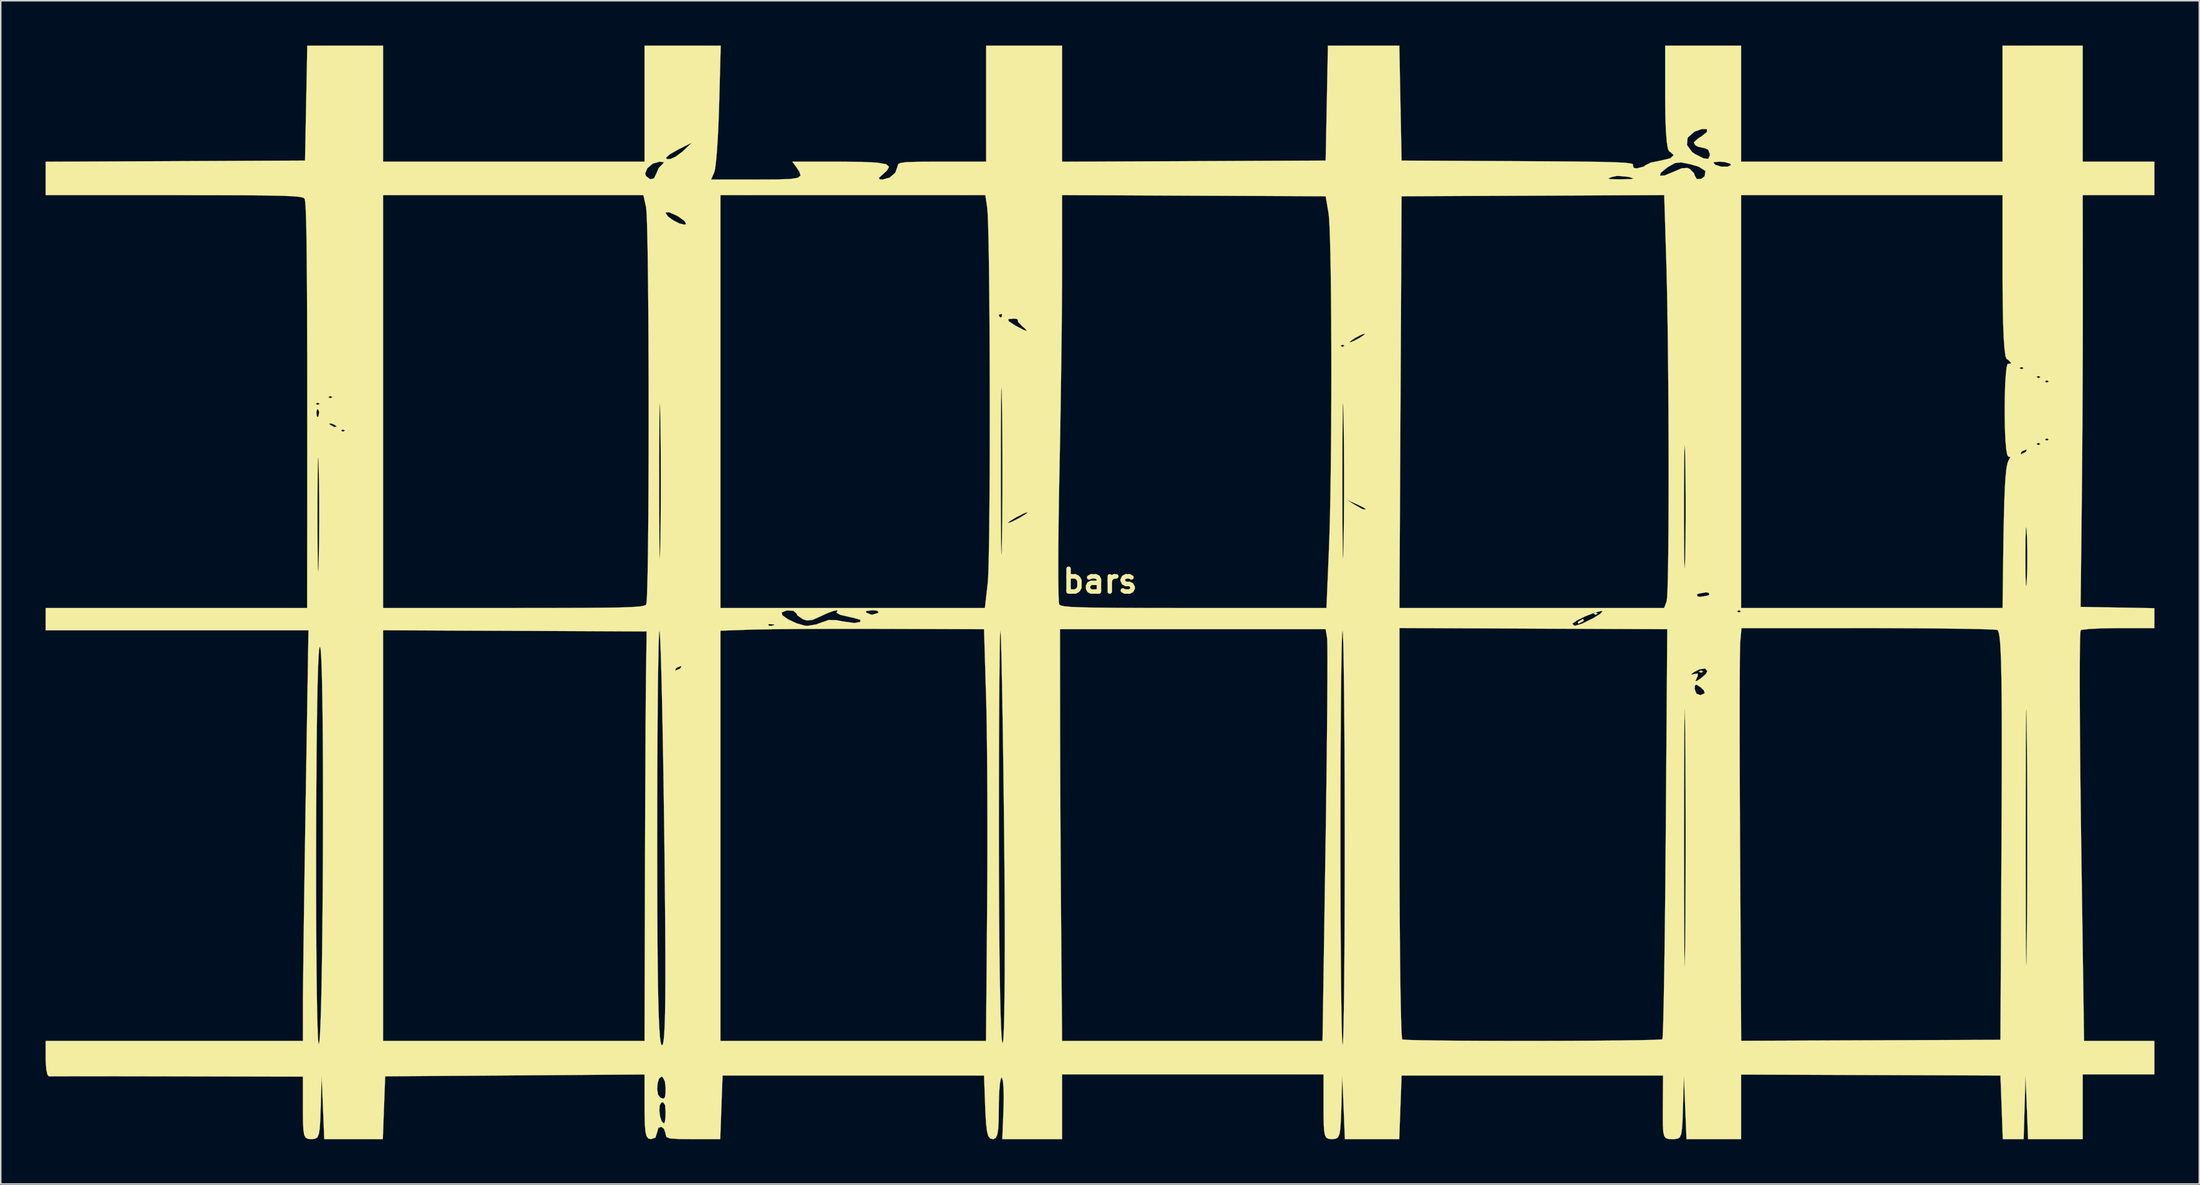
<source format=kicad_pcb>
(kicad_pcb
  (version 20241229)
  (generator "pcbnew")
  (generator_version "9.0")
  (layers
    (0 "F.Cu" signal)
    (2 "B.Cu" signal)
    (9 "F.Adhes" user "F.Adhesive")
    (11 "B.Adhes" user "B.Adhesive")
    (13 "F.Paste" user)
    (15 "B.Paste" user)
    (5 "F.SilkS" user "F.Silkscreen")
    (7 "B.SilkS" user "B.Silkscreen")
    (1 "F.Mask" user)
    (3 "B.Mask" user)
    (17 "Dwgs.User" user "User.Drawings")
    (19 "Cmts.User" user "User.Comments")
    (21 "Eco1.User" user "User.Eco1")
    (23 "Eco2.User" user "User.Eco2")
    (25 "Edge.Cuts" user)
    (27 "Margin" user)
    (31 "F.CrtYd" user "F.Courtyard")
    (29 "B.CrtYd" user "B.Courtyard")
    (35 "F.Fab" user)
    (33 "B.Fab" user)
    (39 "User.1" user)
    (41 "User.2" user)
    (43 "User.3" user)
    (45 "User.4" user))
  (footprint "bars"
    (layer "F.Cu")
    (at 70.561 35.864)
    (property "Reference" "bars" (at 0 0 0) (layer "F.SilkS") (effects (font (size 1.524 1.524) (thickness 0.3))))
    (attr through_hole)
    (fp_poly (pts (xy 33.302 2.166) (xy 33.161 2.241) (xy 33.02 2.166) (xy 33.161 2.092) (xy 33.302 2.166)) (stroke (width 0.01) (type solid)) (fill yes) (layer "F.SilkS"))
    (fp_poly (pts (xy 40.358 6.051) (xy 40.217 6.126) (xy 40.076 6.051) (xy 40.217 5.976) (xy 40.358 6.051)) (stroke (width 0.01) (type solid)) (fill yes) (layer "F.SilkS"))
    (fp_poly (pts (xy 32.367 2.637) (xy 32.314 2.689) (xy 32.049 2.832) (xy 31.999 2.839) (xy 31.98 2.742) (xy 32.032 2.689) (xy 32.298 2.547) (xy 32.348 2.54) (xy 32.367 2.637)) (stroke (width 0.01) (type solid)) (fill yes) (layer "F.SilkS"))
    (fp_poly (pts (xy -47.978 -28.089) (xy -30.48 -28.089) (xy -30.48 -28.344) (xy -29.055 -28.344) (xy -28.945 -28.252) (xy -28.73 -28.274) (xy -28.384 -28.434) (xy -27.953 -28.757) (xy -27.855 -28.847) (xy -27.32 -29.359) (xy -28.194 -28.921) (xy -28.795 -28.58) (xy -29.055 -28.344) (xy -30.48 -28.344) (xy -30.48 -35.859) (xy -25.382 -35.859) (xy -25.489 -31.862) (xy -25.526 -30.773) (xy -25.574 -29.759) (xy -25.63 -28.867) (xy -25.692 -28.142) (xy -25.755 -27.628) (xy -25.812 -27.38) (xy -26.029 -26.894) (xy -23.033 -26.894) (xy -21.633 -26.9) (xy -20.719 -26.931) (xy -20.214 -27.013) (xy -20.04 -27.167) (xy -20.119 -27.418) (xy -20.313 -27.706) (xy -20.588 -28.089) (xy -17.482 -28.089) (xy -15.938 -28.076) (xy -14.901 -28.025) (xy -14.313 -27.92) (xy -14.118 -27.747) (xy -14.261 -27.489) (xy -14.51 -27.266) (xy -14.795 -27.004) (xy -14.743 -26.905) (xy -14.551 -26.894) (xy -14.301 -26.963) (xy 34.003 -26.963) (xy 34.187 -26.917) (xy 34.854 -26.909) (xy 35.528 -26.922) (xy 35.702 -26.963) (xy 35.438 -27.054) (xy 35.377 -27.07) (xy 34.629 -27.142) (xy 34.248 -27.064) (xy 34.003 -26.963) (xy -14.301 -26.963) (xy -14.071 -27.026) (xy -13.928 -27.153) (xy 37.474 -27.153) (xy 37.773 -27.165) (xy 38.357 -27.404) (xy 38.923 -27.646) (xy 39.296 -27.672) (xy 39.455 -27.611) (xy 39.753 -27.312) (xy 39.793 -27.163) (xy 39.937 -26.927) (xy 40.24 -26.939) (xy 40.46 -27.118) (xy 40.509 -27.469) (xy 40.059 -27.756) (xy 39.476 -27.924) (xy 38.871 -28.041) (xy 38.475 -27.996) (xy 38.036 -27.751) (xy 37.955 -27.698) (xy 37.519 -27.342) (xy 37.474 -27.153) (xy -13.928 -27.153) (xy -13.698 -27.355) (xy -13.547 -27.778) (xy -13.547 -27.781) (xy -13.513 -27.918) (xy -13.347 -28.008) (xy -12.946 -28.059) (xy -12.212 -28.083) (xy -11.045 -28.089) (xy -10.583 -28.089) (xy -7.62 -28.089) (xy -7.62 -35.859) (xy -2.54 -35.859) (xy -2.54 -28.085) (xy 6.279 -28.125) (xy 15.099 -28.164) (xy 15.25 -35.859) (xy 20.028 -35.859) (xy 20.179 -28.164) (xy 28 -28.124) (xy 30.327 -28.111) (xy 32.147 -28.095) (xy 33.517 -28.076) (xy 34.497 -28.05) (xy 35.142 -28.017) (xy 35.51 -27.974) (xy 35.66 -27.919) (xy 35.66 -27.863) (xy 35.709 -27.672) (xy 35.923 -27.641) (xy 36.392 -27.761) (xy 36.499 -27.851) (xy 36.86 -28.029) (xy 36.984 -28.054) (xy 41.041 -28.054) (xy 41.137 -27.91) (xy 41.191 -27.874) (xy 41.577 -27.753) (xy 41.995 -27.752) (xy 42.22 -27.855) (xy 42.174 -27.956) (xy 41.795 -28.065) (xy 41.435 -28.089) (xy 41.041 -28.054) (xy 36.984 -28.054) (xy 37.515 -28.162) (xy 37.516 -28.162) (xy 38.153 -28.313) (xy 38.389 -28.529) (xy 38.156 -28.742) (xy 38.1 -28.762) (xy 38.005 -28.941) (xy 37.961 -29.204) (xy 39.276 -29.204) (xy 39.633 -28.723) (xy 39.843 -28.585) (xy 40.399 -28.308) (xy 40.697 -28.277) (xy 40.804 -28.494) (xy 40.809 -28.612) (xy 40.696 -28.893) (xy 40.477 -28.986) (xy 40.021 -29.09) (xy 39.839 -29.181) (xy 39.733 -29.383) (xy 40.038 -29.658) (xy 40.226 -29.77) (xy 40.62 -30.082) (xy 40.609 -30.268) (xy 40.269 -30.275) (xy 39.776 -30.098) (xy 39.322 -29.698) (xy 39.276 -29.204) (xy 37.961 -29.204) (xy 37.928 -29.397) (xy 37.87 -30.107) (xy 37.833 -31.049) (xy 37.818 -32.202) (xy 37.818 -32.356) (xy 37.818 -35.859) (xy 42.898 -35.859) (xy 42.898 -28.089) (xy 60.396 -28.089) (xy 60.396 -35.859) (xy 65.758 -35.859) (xy 65.758 -28.089) (xy 70.556 -28.089) (xy 70.556 -25.848) (xy 65.758 -25.848) (xy 65.766 -19.013) (xy 65.765 -17.267) (xy 65.761 -15.307) (xy 65.753 -13.216) (xy 65.742 -11.079) (xy 65.729 -8.981) (xy 65.713 -7.005) (xy 65.695 -5.235) (xy 65.695 -5.229) (xy 65.617 1.718) (xy 68.086 1.761) (xy 70.556 1.805) (xy 70.556 3.138) (xy 68.173 3.138) (xy 67.067 3.154) (xy 66.19 3.197) (xy 65.685 3.258) (xy 65.622 3.282) (xy 65.6 3.45) (xy 65.582 3.895) (xy 65.57 4.596) (xy 65.563 5.533) (xy 65.56 6.683) (xy 65.563 8.027) (xy 65.57 9.542) (xy 65.583 11.207) (xy 65.6 13.002) (xy 65.622 14.904) (xy 65.648 16.893) (xy 65.651 17.103) (xy 65.849 30.779) (xy 70.556 30.779) (xy 70.556 33.02) (xy 65.758 33.02) (xy 65.758 37.353) (xy 62.104 37.353) (xy 62.018 35.224) (xy 61.931 33.095) (xy 61.869 35.224) (xy 61.807 37.353) (xy 60.411 37.353) (xy 60.333 35.224) (xy 60.254 33.095) (xy 51.576 33.063) (xy 42.898 33.031) (xy 42.898 37.353) (xy 39.244 37.353) (xy 39.158 35.224) (xy 39.071 33.095) (xy 39.009 35.224) (xy 38.982 36.059) (xy 38.947 36.641) (xy 38.891 37.016) (xy 38.796 37.228) (xy 38.648 37.325) (xy 38.432 37.352) (xy 38.297 37.353) (xy 38.043 37.345) (xy 37.866 37.291) (xy 37.752 37.144) (xy 37.689 36.86) (xy 37.663 36.393) (xy 37.66 35.696) (xy 37.662 35.224) (xy 37.677 33.095) (xy 20.179 33.095) (xy 20.101 35.224) (xy 20.022 37.353) (xy 16.384 37.353) (xy 16.298 35.224) (xy 16.211 33.095) (xy 16.149 35.224) (xy 16.12 36.06) (xy 16.082 36.644) (xy 16.022 37.019) (xy 15.925 37.232) (xy 15.779 37.328) (xy 15.57 37.353) (xy 15.522 37.353) (xy 15.302 37.338) (xy 15.148 37.262) (xy 15.049 37.082) (xy 14.991 36.75) (xy 14.965 36.223) (xy 14.958 35.456) (xy 14.958 35.186) (xy 14.958 33.02) (xy -2.54 33.02) (xy -2.54 37.353) (xy -6.54 37.353) (xy -6.459 35.341) (xy -6.443 34.594) (xy -6.456 33.956) (xy -6.495 33.486) (xy -6.557 33.243) (xy -6.575 33.224) (xy -6.646 33.326) (xy -6.705 33.677) (xy -6.749 34.227) (xy -6.771 34.928) (xy -6.773 35.236) (xy -6.782 36.088) (xy -6.814 36.683) (xy -6.876 37.063) (xy -6.979 37.271) (xy -7.128 37.349) (xy -7.189 37.353) (xy -7.358 37.306) (xy -7.481 37.137) (xy -7.568 36.805) (xy -7.629 36.268) (xy -7.673 35.484) (xy -7.683 35.224) (xy -7.761 33.095) (xy -25.259 33.095) (xy -25.337 35.224) (xy -25.415 37.353) (xy -27.242 37.353) (xy -28.226 37.346) (xy -28.773 37.308) (xy -29.011 37.215) (xy -29.068 37.039) (xy -29.069 36.988) (xy -29.173 36.672) (xy -29.351 36.531) (xy -29.551 36.59) (xy -29.633 36.88) (xy -29.633 36.896) (xy -29.755 37.256) (xy -30.057 37.353) (xy -30.225 37.312) (xy -30.343 37.16) (xy -30.419 36.855) (xy -30.461 36.355) (xy -30.478 35.619) (xy -30.479 35.455) (xy -29.489 35.455) (xy -29.438 35.847) (xy -29.33 36.168) (xy -29.18 36.307) (xy -29.174 36.307) (xy -29.115 36.172) (xy -29.077 35.826) (xy -29.069 35.53) (xy -29.109 35.066) (xy -29.234 34.884) (xy -29.362 34.908) (xy -29.469 35.105) (xy -29.489 35.455) (xy -30.479 35.455) (xy -30.48 35.188) (xy -30.48 34.006) (xy -29.631 34.006) (xy -29.58 34.36) (xy -29.445 34.564) (xy -29.233 34.646) (xy -29.12 34.569) (xy -29.075 34.282) (xy -29.069 33.916) (xy -29.12 33.49) (xy -29.249 33.22) (xy -29.351 33.169) (xy -29.509 33.3) (xy -29.605 33.616) (xy -29.631 34.006) (xy -30.48 34.006) (xy -30.48 33.024) (xy -39.158 33.087) (xy -47.837 33.149) (xy -47.993 37.353) (xy -51.913 37.353) (xy -52 35.224) (xy -52.087 33.095) (xy -52.149 35.224) (xy -52.178 36.06) (xy -52.216 36.644) (xy -52.276 37.019) (xy -52.373 37.232) (xy -52.519 37.328) (xy -52.728 37.353) (xy -52.776 37.353) (xy -52.999 37.337) (xy -53.154 37.26) (xy -53.253 37.076) (xy -53.309 36.737) (xy -53.334 36.2) (xy -53.34 35.417) (xy -53.34 35.261) (xy -53.34 33.169) (xy -61.736 33.152) (xy -63.86 33.148) (xy -65.801 33.145) (xy -67.487 33.144) (xy -68.846 33.145) (xy -69.807 33.147) (xy -70.298 33.15) (xy -70.344 33.152) (xy -70.442 33.023) (xy -70.516 32.664) (xy -70.553 32.146) (xy -70.556 31.974) (xy -70.556 30.779) (xy -53.34 30.779) (xy -53.338 28.276) (xy -53.336 27.712) (xy -53.328 26.879) (xy -53.316 25.808) (xy -53.301 24.529) (xy -53.281 23.074) (xy -53.259 21.471) (xy -53.234 19.753) (xy -53.224 19.053) (xy -52.459 19.053) (xy -52.458 20.976) (xy -52.452 22.793) (xy -52.443 24.482) (xy -52.429 26.023) (xy -52.413 27.396) (xy -52.393 28.578) (xy -52.37 29.548) (xy -52.345 30.287) (xy -52.317 30.772) (xy -52.287 30.983) (xy -52.282 30.991) (xy -52.243 30.867) (xy -52.235 30.779) (xy -47.978 30.779) (xy -30.48 30.779) (xy -30.451 19.984) (xy -30.446 18.122) (xy -30.443 17.157) (xy -29.633 17.157) (xy -29.631 19.669) (xy -29.626 21.895) (xy -29.616 23.845) (xy -29.601 25.534) (xy -29.582 26.973) (xy -29.558 28.174) (xy -29.528 29.149) (xy -29.493 29.911) (xy -29.452 30.472) (xy -29.405 30.844) (xy -29.351 31.039) (xy -29.31 31.078) (xy -29.252 31) (xy -29.204 30.758) (xy -29.164 30.34) (xy -29.132 29.733) (xy -29.108 28.924) (xy -29.093 27.901) (xy -29.086 26.651) (xy -29.086 25.162) (xy -29.095 23.422) (xy -29.111 21.417) (xy -29.134 19.135) (xy -29.156 17.239) (xy -29.183 15.231) (xy -29.211 13.309) (xy -29.241 11.494) (xy -29.272 9.807) (xy -29.303 8.268) (xy -29.335 6.898) (xy -29.359 5.967) (xy -28.435 5.967) (xy -28.397 5.976) (xy -28.139 5.871) (xy -28.081 5.827) (xy -28.009 5.687) (xy -28.048 5.678) (xy -28.305 5.783) (xy -28.363 5.827) (xy -28.435 5.967) (xy -29.359 5.967) (xy -29.366 5.719) (xy -29.396 4.751) (xy -29.425 4.015) (xy -29.451 3.533) (xy -29.476 3.325) (xy -29.48 3.318) (xy -29.502 3.453) (xy -29.523 3.865) (xy -29.543 4.535) (xy -29.562 5.442) (xy -29.579 6.566) (xy -29.594 7.885) (xy -29.607 9.381) (xy -29.618 11.031) (xy -29.626 12.815) (xy -29.631 14.713) (xy -29.633 16.704) (xy -29.633 17.157) (xy -30.443 17.157) (xy -30.44 16.277) (xy -30.433 14.483) (xy -30.425 12.772) (xy -30.417 11.177) (xy -30.409 9.73) (xy -30.401 8.466) (xy -30.393 7.416) (xy -30.385 6.613) (xy -30.381 6.275) (xy -30.339 3.362) (xy -39.158 3.322) (xy -41.332 3.313) (xy -25.4 3.313) (xy -25.4 30.779) (xy -7.629 30.779) (xy -7.554 21.702) (xy -7.542 19.902) (xy -7.536 18.048) (xy -7.536 16.714) (xy -6.769 16.714) (xy -6.769 17.195) (xy -6.766 19.352) (xy -6.758 21.378) (xy -6.745 23.257) (xy -6.728 24.972) (xy -6.707 26.505) (xy -6.682 27.839) (xy -6.654 28.959) (xy -6.622 29.845) (xy -6.589 30.483) (xy -6.552 30.854) (xy -6.517 30.945) (xy -6.481 30.767) (xy -6.45 30.309) (xy -6.424 29.592) (xy -6.403 28.634) (xy -6.388 27.455) (xy -6.378 26.076) (xy -6.374 24.514) (xy -6.375 22.79) (xy -6.383 20.923) (xy -6.397 18.933) (xy -6.415 17.05) (xy -6.437 15.054) (xy -6.461 13.145) (xy -6.485 11.342) (xy -6.51 9.668) (xy -6.535 8.143) (xy -6.559 6.788) (xy -6.583 5.624) (xy -6.606 4.673) (xy -6.628 3.955) (xy -6.647 3.491) (xy -6.665 3.303) (xy -6.667 3.3) (xy -6.682 3.436) (xy -6.697 3.851) (xy -6.71 4.524) (xy -6.723 5.434) (xy -6.734 6.56) (xy -6.744 7.883) (xy -6.753 9.381) (xy -6.76 11.033) (xy -6.765 12.82) (xy -6.768 14.72) (xy -6.769 16.714) (xy -7.536 16.714) (xy -7.536 16.188) (xy -7.54 14.368) (xy -7.55 12.636) (xy -7.564 11.038) (xy -7.583 9.62) (xy -7.606 8.431) (xy -7.62 7.919) (xy -7.761 3.212) (xy -2.681 3.212) (xy -2.674 9.264) (xy -2.671 10.716) (xy -2.665 12.402) (xy -2.658 14.254) (xy -2.648 16.207) (xy -2.637 18.195) (xy -2.625 20.151) (xy -2.611 22.011) (xy -2.603 23.047) (xy -2.54 30.779) (xy 14.889 30.779) (xy 15.092 17.593) (xy 15.099 17.182) (xy 16.087 17.182) (xy 16.088 19.193) (xy 16.093 21.116) (xy 16.1 22.93) (xy 16.11 24.613) (xy 16.122 26.147) (xy 16.136 27.51) (xy 16.152 28.681) (xy 16.169 29.641) (xy 16.188 30.369) (xy 16.209 30.843) (xy 16.23 31.044) (xy 16.235 31.049) (xy 16.256 30.892) (xy 16.276 30.456) (xy 16.296 29.764) (xy 16.313 28.836) (xy 16.329 27.693) (xy 16.343 26.356) (xy 16.355 24.846) (xy 16.364 23.184) (xy 16.371 21.391) (xy 16.375 19.488) (xy 16.376 17.496) (xy 16.376 17.179) (xy 16.376 16.857) (xy 20.038 16.857) (xy 20.04 18.856) (xy 20.046 20.77) (xy 20.055 22.577) (xy 20.068 24.257) (xy 20.083 25.789) (xy 20.101 27.15) (xy 20.122 28.321) (xy 20.145 29.28) (xy 20.169 30.006) (xy 20.195 30.478) (xy 20.222 30.675) (xy 20.226 30.679) (xy 20.551 30.708) (xy 21.353 30.731) (xy 22.547 30.75) (xy 24.05 30.763) (xy 25.777 30.772) (xy 27.645 30.777) (xy 29.569 30.776) (xy 31.464 30.771) (xy 33.248 30.761) (xy 34.835 30.747) (xy 36.142 30.728) (xy 37.084 30.705) (xy 37.578 30.678) (xy 37.63 30.667) (xy 37.65 30.504) (xy 37.671 30.064) (xy 37.692 29.367) (xy 37.715 28.435) (xy 37.737 27.289) (xy 37.76 25.949) (xy 37.781 24.438) (xy 37.802 22.775) (xy 37.822 20.983) (xy 37.84 19.083) (xy 37.856 17.182) (xy 39.082 17.182) (xy 39.083 19.03) (xy 39.085 20.675) (xy 39.088 22.108) (xy 39.093 23.32) (xy 39.098 24.302) (xy 39.105 25.047) (xy 39.112 25.543) (xy 39.121 25.784) (xy 39.13 25.76) (xy 39.139 25.463) (xy 39.149 24.882) (xy 39.158 24.167) (xy 39.174 22.387) (xy 39.184 20.394) (xy 39.189 18.272) (xy 39.189 16.107) (xy 39.184 13.984) (xy 39.174 11.99) (xy 39.158 10.208) (xy 39.158 10.197) (xy 39.149 9.462) (xy 42.803 9.462) (xy 42.804 11.047) (xy 42.808 12.765) (xy 42.814 14.593) (xy 42.823 16.507) (xy 42.83 17.887) (xy 42.904 30.77) (xy 51.579 30.737) (xy 60.254 30.704) (xy 60.326 17.108) (xy 61.942 17.108) (xy 61.943 18.951) (xy 61.945 20.593) (xy 61.948 22.023) (xy 61.953 23.232) (xy 61.958 24.213) (xy 61.965 24.956) (xy 61.973 25.451) (xy 61.981 25.691) (xy 61.99 25.666) (xy 62 25.367) (xy 62.01 24.785) (xy 62.018 24.104) (xy 62.034 22.348) (xy 62.044 20.378) (xy 62.049 18.277) (xy 62.049 16.13) (xy 62.044 14.021) (xy 62.034 12.033) (xy 62.019 10.251) (xy 62.018 10.209) (xy 62.008 9.38) (xy 61.998 8.841) (xy 61.988 8.583) (xy 61.979 8.597) (xy 61.971 8.876) (xy 61.964 9.409) (xy 61.957 10.188) (xy 61.952 11.205) (xy 61.948 12.45) (xy 61.944 13.915) (xy 61.943 15.591) (xy 61.942 17.108) (xy 60.326 17.108) (xy 60.326 17.042) (xy 60.338 14.621) (xy 60.344 12.484) (xy 60.346 10.614) (xy 60.343 8.997) (xy 60.333 7.617) (xy 60.318 6.459) (xy 60.297 5.507) (xy 60.269 4.746) (xy 60.235 4.159) (xy 60.193 3.733) (xy 60.143 3.452) (xy 60.086 3.299) (xy 60.044 3.261) (xy 59.682 3.231) (xy 58.828 3.204) (xy 57.556 3.18) (xy 55.94 3.161) (xy 54.052 3.147) (xy 51.966 3.14) (xy 51.307 3.14) (xy 42.925 3.138) (xy 42.841 4.071) (xy 42.829 4.361) (xy 42.819 4.926) (xy 42.812 5.742) (xy 42.806 6.785) (xy 42.803 8.033) (xy 42.803 9.462) (xy 39.149 9.462) (xy 39.148 9.372) (xy 39.138 8.837) (xy 39.128 8.583) (xy 39.119 8.601) (xy 39.111 8.883) (xy 39.104 9.419) (xy 39.097 10.201) (xy 39.092 11.221) (xy 39.088 12.468) (xy 39.084 13.935) (xy 39.083 15.612) (xy 39.082 17.182) (xy 37.856 17.182) (xy 37.857 17.095) (xy 37.858 16.884) (xy 37.929 7.218) (xy 39.793 7.218) (xy 39.908 7.525) (xy 40.179 7.627) (xy 40.457 7.506) (xy 40.413 7.312) (xy 40.192 7.104) (xy 39.905 6.921) (xy 39.805 6.986) (xy 39.793 7.218) (xy 37.929 7.218) (xy 37.936 6.254) (xy 39.519 6.254) (xy 39.659 6.24) (xy 39.753 6.211) (xy 40.006 6.18) (xy 39.986 6.371) (xy 39.95 6.443) (xy 39.839 6.688) (xy 39.957 6.666) (xy 40.202 6.508) (xy 40.544 6.208) (xy 40.64 6.023) (xy 40.49 5.843) (xy 40.114 5.897) (xy 39.757 6.08) (xy 39.519 6.254) (xy 37.936 6.254) (xy 37.959 3.212) (xy 28.998 3.173) (xy 20.038 3.133) (xy 20.038 16.857) (xy 16.376 16.857) (xy 16.374 15.175) (xy 16.369 13.257) (xy 16.361 11.446) (xy 16.351 9.762) (xy 16.338 8.228) (xy 16.324 6.863) (xy 16.308 5.688) (xy 16.291 4.726) (xy 16.272 3.996) (xy 16.252 3.519) (xy 16.232 3.318) (xy 16.228 3.312) (xy 16.208 3.447) (xy 16.188 3.86) (xy 16.17 4.531) (xy 16.153 5.439) (xy 16.137 6.564) (xy 16.123 7.885) (xy 16.111 9.381) (xy 16.101 11.032) (xy 16.094 12.818) (xy 16.089 14.717) (xy 16.087 16.71) (xy 16.087 17.182) (xy 15.099 17.182) (xy 15.122 15.62) (xy 15.147 13.724) (xy 15.17 11.925) (xy 15.188 10.248) (xy 15.202 8.715) (xy 15.212 7.348) (xy 15.218 6.17) (xy 15.22 5.204) (xy 15.216 4.472) (xy 15.208 3.996) (xy 15.197 3.81) (xy 15.099 3.212) (xy -2.681 3.212) (xy -7.761 3.212) (xy -14.534 3.191) (xy -16.573 3.188) (xy -18.548 3.191) (xy -20.349 3.199) (xy -21.863 3.213) (xy -22.98 3.23) (xy -23.354 3.241) (xy -25.4 3.313) (xy -41.332 3.313) (xy -47.978 3.283) (xy -47.978 30.779) (xy -52.235 30.779) (xy -52.206 30.47) (xy -52.172 29.825) (xy -52.141 28.958) (xy -52.112 27.895) (xy -52.086 26.662) (xy -52.064 25.283) (xy -52.044 23.785) (xy -52.028 22.193) (xy -52.014 20.532) (xy -52.005 18.83) (xy -51.998 17.11) (xy -51.995 15.398) (xy -51.996 13.722) (xy -52.001 12.104) (xy -52.01 10.573) (xy -52.023 9.152) (xy -52.04 7.869) (xy -52.061 6.747) (xy -52.086 5.814) (xy -52.116 5.094) (xy -52.151 4.614) (xy -52.172 4.459) (xy -52.216 4.376) (xy -52.257 4.587) (xy -52.295 5.085) (xy -52.329 5.866) (xy -52.359 6.923) (xy -52.386 8.251) (xy -52.409 9.845) (xy -52.428 11.699) (xy -52.443 13.807) (xy -52.453 16.164) (xy -52.456 17.045) (xy -52.459 19.053) (xy -53.224 19.053) (xy -53.207 17.948) (xy -53.178 16.088) (xy -53.153 14.53) (xy -52.969 3.287) (xy -70.556 3.287) (xy -70.556 2.889) (xy -22.201 2.889) (xy -22.163 2.977) (xy -22.013 2.988) (xy -21.781 2.934) (xy -21.825 2.889) (xy -22.16 2.871) (xy -22.201 2.889) (xy -70.556 2.889) (xy -70.556 2.091) (xy -21.306 2.091) (xy -21.248 2.288) (xy -20.866 2.556) (xy -20.321 2.811) (xy -19.773 2.97) (xy -19.579 2.988) (xy -18.995 2.893) (xy -18.921 2.866) (xy 31.609 2.866) (xy 31.764 2.985) (xy 32.226 2.857) (xy 32.988 2.483) (xy 33.001 2.476) (xy 33.466 2.189) (xy 33.627 2.018) (xy 33.624 2.017) (xy 42.616 2.017) (xy 42.757 2.092) (xy 42.898 2.017) (xy 42.757 1.942) (xy 42.616 2.017) (xy 33.624 2.017) (xy 33.55 1.994) (xy 33.091 2.108) (xy 32.494 2.34) (xy 31.944 2.606) (xy 31.629 2.823) (xy 31.609 2.866) (xy -18.921 2.866) (xy -18.586 2.744) (xy -18.143 2.591) (xy -17.645 2.606) (xy -17.207 2.691) (xy -16.439 2.799) (xy -16.045 2.727) (xy -16.032 2.585) (xy -16.549 2.436) (xy -16.769 2.395) (xy -17.379 2.25) (xy -17.636 2.11) (xy -17.629 2.092) (xy -15.663 2.092) (xy -15.316 2.235) (xy -15.24 2.241) (xy -14.875 2.133) (xy -14.817 2.092) (xy -14.905 1.975) (xy -15.24 1.942) (xy -15.641 1.999) (xy -15.663 2.092) (xy -17.629 2.092) (xy -17.625 2.08) (xy -17.554 1.944) (xy -17.81 1.979) (xy -18.296 2.161) (xy -18.672 2.339) (xy -19.231 2.586) (xy -19.609 2.63) (xy -19.886 2.544) (xy -20.251 2.29) (xy -20.32 2.148) (xy -20.525 1.977) (xy -20.953 1.957) (xy -21.306 2.091) (xy -70.556 2.091) (xy -70.556 1.793) (xy -53.058 1.793) (xy -53.053 -4.482) (xy -52.364 -4.482) (xy -52.363 -3.285) (xy -52.358 -2.295) (xy -52.35 -1.526) (xy -52.34 -0.991) (xy -52.327 -0.703) (xy -52.313 -0.675) (xy -52.297 -0.922) (xy -52.282 -1.382) (xy -52.259 -2.606) (xy -52.249 -4) (xy -52.251 -5.438) (xy -52.265 -6.79) (xy -52.282 -7.583) (xy -52.299 -8.084) (xy -52.314 -8.299) (xy -52.328 -8.243) (xy -52.341 -7.927) (xy -52.351 -7.365) (xy -52.358 -6.571) (xy -52.363 -5.558) (xy -52.364 -4.482) (xy -53.053 -4.482) (xy -53.052 -4.893) (xy -53.051 -7.901) (xy -53.05 -10.085) (xy -50.8 -10.085) (xy -50.659 -10.011) (xy -50.518 -10.085) (xy -50.659 -10.16) (xy -50.8 -10.085) (xy -53.05 -10.085) (xy -53.05 -10.565) (xy -51.601 -10.565) (xy -51.533 -10.482) (xy -51.248 -10.322) (xy -51.085 -10.354) (xy -51.082 -10.375) (xy -51.283 -10.502) (xy -51.408 -10.548) (xy -51.601 -10.565) (xy -53.05 -10.565) (xy -53.05 -10.623) (xy -53.05 -11.281) (xy -52.438 -11.281) (xy -52.408 -11.025) (xy -52.319 -11.003) (xy -52.308 -11.016) (xy -52.252 -11.313) (xy -52.298 -11.465) (xy -52.388 -11.525) (xy -52.436 -11.327) (xy -52.438 -11.281) (xy -53.05 -11.281) (xy -53.051 -11.878) (xy -52.493 -11.878) (xy -52.352 -11.804) (xy -52.211 -11.878) (xy -52.352 -11.953) (xy -52.493 -11.878) (xy -53.051 -11.878) (xy -53.051 -12.326) (xy -51.647 -12.326) (xy -51.506 -12.252) (xy -51.364 -12.326) (xy -51.506 -12.401) (xy -51.647 -12.326) (xy -53.051 -12.326) (xy -53.051 -13.071) (xy -53.054 -15.257) (xy -53.059 -17.195) (xy -53.065 -18.895) (xy -53.074 -20.372) (xy -53.084 -21.636) (xy -53.097 -22.701) (xy -53.112 -23.58) (xy -53.13 -24.284) (xy -53.15 -24.826) (xy -53.172 -25.218) (xy -53.198 -25.473) (xy -53.226 -25.604) (xy -53.234 -25.619) (xy -53.342 -25.685) (xy -53.598 -25.737) (xy -54.061 -25.777) (xy -54.788 -25.806) (xy -55.837 -25.826) (xy -57.266 -25.839) (xy -59.134 -25.846) (xy -61.497 -25.848) (xy -61.978 -25.848) (xy -47.978 -25.848) (xy -47.978 1.793) (xy -39.259 1.793) (xy -36.786 1.791) (xy -34.819 1.786) (xy -33.3 1.775) (xy -32.172 1.758) (xy -31.376 1.731) (xy -30.853 1.695) (xy -30.546 1.647) (xy -30.398 1.585) (xy -30.369 1.557) (xy -30.34 1.369) (xy -30.314 0.91) (xy -30.29 0.204) (xy -30.27 -0.722) (xy -30.252 -1.841) (xy -30.237 -3.127) (xy -30.225 -4.555) (xy -30.215 -6.097) (xy -30.213 -6.724) (xy -29.501 -6.724) (xy -29.5 -5.31) (xy -29.497 -4.101) (xy -29.491 -3.11) (xy -29.483 -2.346) (xy -29.474 -1.823) (xy -29.463 -1.551) (xy -29.452 -1.541) (xy -29.439 -1.804) (xy -29.425 -2.353) (xy -29.422 -2.503) (xy -29.402 -3.912) (xy -29.391 -5.511) (xy -29.389 -7.189) (xy -29.396 -8.837) (xy -29.412 -10.345) (xy -29.422 -10.944) (xy -29.436 -11.553) (xy -29.449 -11.875) (xy -29.461 -11.92) (xy -29.472 -11.701) (xy -29.482 -11.228) (xy -29.49 -10.514) (xy -29.496 -9.568) (xy -29.5 -8.404) (xy -29.501 -7.031) (xy -29.501 -6.724) (xy -30.213 -6.724) (xy -30.209 -7.727) (xy -30.205 -9.42) (xy -30.204 -11.148) (xy -30.205 -12.885) (xy -30.21 -14.606) (xy -30.217 -16.283) (xy -30.226 -17.891) (xy -30.239 -19.403) (xy -30.254 -20.793) (xy -30.271 -22.034) (xy -30.292 -23.1) (xy -30.315 -23.965) (xy -30.34 -24.603) (xy -30.345 -24.659) (xy -29.069 -24.659) (xy -28.919 -24.427) (xy -28.565 -24.167) (xy -28.148 -23.955) (xy -27.809 -23.87) (xy -27.7 -23.913) (xy -27.81 -24.124) (xy -28.221 -24.419) (xy -28.33 -24.479) (xy -28.84 -24.704) (xy -29.062 -24.693) (xy -29.069 -24.659) (xy -30.345 -24.659) (xy -30.369 -24.987) (xy -30.381 -25.064) (xy -30.559 -25.848) (xy -25.4 -25.848) (xy -25.4 1.793) (xy -7.705 1.793) (xy -7.515 0.136) (xy -7.486 -0.268) (xy -7.479 -0.475) (xy -2.793 -0.475) (xy -2.786 0.396) (xy -2.771 1.044) (xy -2.749 1.442) (xy -2.727 1.559) (xy -2.624 1.625) (xy -2.383 1.678) (xy -1.946 1.718) (xy -1.255 1.748) (xy -0.254 1.769) (xy 1.115 1.782) (xy 2.91 1.79) (xy 5.187 1.793) (xy 6.297 1.793) (xy 15.153 1.793) (xy 20.035 1.793) (xy 37.747 1.793) (xy 37.915 1.348) (xy 37.946 1.116) (xy 37.958 0.896) (xy 39.934 0.896) (xy 39.995 1.026) (xy 40.183 1.046) (xy 40.671 0.958) (xy 40.781 0.896) (xy 40.72 0.767) (xy 40.532 0.747) (xy 40.045 0.835) (xy 39.934 0.896) (xy 37.958 0.896) (xy 37.973 0.613) (xy 37.996 -0.134) (xy 38.014 -1.097) (xy 38.029 -2.25) (xy 38.04 -3.564) (xy 38.047 -5.005) (xy 39.077 -5.005) (xy 39.078 -3.753) (xy 39.083 -2.705) (xy 39.09 -1.876) (xy 39.099 -1.279) (xy 39.111 -0.926) (xy 39.124 -0.83) (xy 39.139 -1.005) (xy 39.155 -1.463) (xy 39.158 -1.596) (xy 39.18 -2.838) (xy 39.191 -4.26) (xy 39.19 -5.743) (xy 39.178 -7.168) (xy 39.158 -8.32) (xy 39.142 -8.856) (xy 39.127 -9.107) (xy 39.114 -9.084) (xy 39.102 -8.799) (xy 39.092 -8.266) (xy 39.084 -7.497) (xy 39.079 -6.504) (xy 39.077 -5.3) (xy 39.077 -5.005) (xy 38.047 -5.005) (xy 38.047 -5.012) (xy 38.05 -6.567) (xy 38.05 -8.202) (xy 38.045 -9.888) (xy 38.037 -11.598) (xy 38.025 -13.306) (xy 38.009 -14.982) (xy 37.99 -16.601) (xy 37.967 -18.135) (xy 37.94 -19.555) (xy 37.91 -20.835) (xy 37.889 -21.555) (xy 37.755 -25.848) (xy 42.898 -25.848) (xy 42.898 1.793) (xy 60.396 1.793) (xy 60.432 -1.158) (xy 60.439 -1.644) (xy 61.927 -1.644) (xy 61.93 -0.81) (xy 61.94 -0.19) (xy 61.956 0.2) (xy 61.976 0.34) (xy 62 0.212) (xy 62.017 -0.037) (xy 62.049 -0.945) (xy 62.053 -1.974) (xy 62.032 -2.947) (xy 62.017 -3.25) (xy 61.992 -3.57) (xy 61.969 -3.61) (xy 61.95 -3.388) (xy 61.936 -2.922) (xy 61.928 -2.231) (xy 61.927 -1.644) (xy 60.439 -1.644) (xy 60.455 -2.827) (xy 60.482 -4.22) (xy 60.513 -5.359) (xy 60.55 -6.269) (xy 60.594 -6.972) (xy 60.647 -7.49) (xy 60.709 -7.848) (xy 60.782 -8.067) (xy 60.822 -8.13) (xy 60.914 -8.326) (xy 60.796 -8.331) (xy 60.712 -8.446) (xy 60.697 -8.526) (xy 61.594 -8.526) (xy 61.632 -8.516) (xy 61.89 -8.622) (xy 61.948 -8.666) (xy 62.02 -8.806) (xy 61.981 -8.815) (xy 61.724 -8.71) (xy 61.666 -8.666) (xy 61.594 -8.526) (xy 60.697 -8.526) (xy 60.641 -8.83) (xy 60.61 -9.189) (xy 62.653 -9.189) (xy 62.794 -9.114) (xy 62.936 -9.189) (xy 62.794 -9.264) (xy 62.653 -9.189) (xy 60.61 -9.189) (xy 60.586 -9.455) (xy 60.585 -9.488) (xy 63.218 -9.488) (xy 63.359 -9.413) (xy 63.5 -9.488) (xy 63.359 -9.562) (xy 63.218 -9.488) (xy 60.585 -9.488) (xy 60.551 -10.29) (xy 60.537 -11.308) (xy 60.537 -11.43) (xy 60.546 -12.364) (xy 60.572 -13.183) (xy 60.584 -13.372) (xy 63.218 -13.372) (xy 63.359 -13.298) (xy 63.5 -13.372) (xy 63.359 -13.447) (xy 63.218 -13.372) (xy 60.584 -13.372) (xy 60.602 -13.671) (xy 62.653 -13.671) (xy 62.794 -13.596) (xy 62.936 -13.671) (xy 62.794 -13.746) (xy 62.653 -13.671) (xy 60.602 -13.671) (xy 60.613 -13.845) (xy 60.66 -14.269) (xy 61.524 -14.269) (xy 61.666 -14.194) (xy 61.807 -14.269) (xy 61.666 -14.344) (xy 61.524 -14.269) (xy 60.66 -14.269) (xy 60.664 -14.309) (xy 60.724 -14.532) (xy 60.748 -14.545) (xy 60.951 -14.584) (xy 60.96 -14.625) (xy 60.754 -14.836) (xy 60.678 -14.866) (xy 60.598 -15.042) (xy 60.53 -15.504) (xy 60.475 -16.241) (xy 60.434 -17.241) (xy 60.408 -18.491) (xy 60.396 -19.98) (xy 60.396 -20.404) (xy 60.396 -25.848) (xy 42.898 -25.848) (xy 37.755 -25.848) (xy 37.755 -25.852) (xy 20.179 -25.774) (xy 20.107 -11.99) (xy 20.035 1.793) (xy 15.153 1.793) (xy 15.321 -2.204) (xy 15.359 -3.266) (xy 15.391 -4.512) (xy 15.419 -5.912) (xy 15.431 -6.724) (xy 16.219 -6.724) (xy 16.22 -5.31) (xy 16.223 -4.101) (xy 16.229 -3.11) (xy 16.237 -2.346) (xy 16.246 -1.823) (xy 16.257 -1.551) (xy 16.268 -1.541) (xy 16.281 -1.804) (xy 16.295 -2.353) (xy 16.298 -2.503) (xy 16.318 -3.912) (xy 16.328 -5.454) (xy 16.51 -5.454) (xy 17.048 -5.117) (xy 17.548 -4.835) (xy 17.766 -4.794) (xy 17.78 -4.833) (xy 17.59 -4.955) (xy 17.145 -5.169) (xy 16.51 -5.454) (xy 16.328 -5.454) (xy 16.329 -5.511) (xy 16.331 -7.189) (xy 16.324 -8.837) (xy 16.308 -10.345) (xy 16.298 -10.944) (xy 16.284 -11.553) (xy 16.271 -11.875) (xy 16.259 -11.92) (xy 16.248 -11.701) (xy 16.238 -11.228) (xy 16.23 -10.514) (xy 16.224 -9.568) (xy 16.22 -8.404) (xy 16.219 -7.031) (xy 16.219 -6.724) (xy 15.431 -6.724) (xy 15.441 -7.435) (xy 15.458 -9.052) (xy 15.471 -10.731) (xy 15.478 -12.443) (xy 15.48 -14.157) (xy 15.478 -15.763) (xy 16.087 -15.763) (xy 16.228 -15.688) (xy 16.369 -15.763) (xy 16.228 -15.838) (xy 16.087 -15.763) (xy 15.478 -15.763) (xy 15.478 -15.843) (xy 15.477 -15.987) (xy 16.705 -15.987) (xy 16.977 -16.085) (xy 17.357 -16.286) (xy 17.683 -16.502) (xy 17.726 -16.585) (xy 17.454 -16.487) (xy 17.074 -16.286) (xy 16.749 -16.069) (xy 16.705 -15.987) (xy 15.477 -15.987) (xy 15.47 -17.47) (xy 15.458 -19.008) (xy 15.441 -20.427) (xy 15.42 -21.697) (xy 15.393 -22.786) (xy 15.362 -23.665) (xy 15.327 -24.304) (xy 15.29 -24.653) (xy 15.099 -25.774) (xy 6.279 -25.813) (xy -2.54 -25.852) (xy -2.539 -20.808) (xy -2.543 -19.651) (xy -2.553 -18.247) (xy -2.568 -16.648) (xy -2.589 -14.906) (xy -2.615 -13.073) (xy -2.644 -11.201) (xy -2.676 -9.342) (xy -2.711 -7.548) (xy -2.718 -7.219) (xy -2.748 -5.643) (xy -2.77 -4.154) (xy -2.785 -2.778) (xy -2.793 -1.542) (xy -2.793 -0.475) (xy -7.479 -0.475) (xy -7.461 -0.937) (xy -7.44 -1.842) (xy -7.421 -2.952) (xy -7.406 -4.24) (xy -7.394 -5.675) (xy -7.385 -7.23) (xy -7.385 -7.396) (xy -6.641 -7.396) (xy -6.64 -5.921) (xy -6.636 -4.651) (xy -6.631 -3.595) (xy -6.624 -2.766) (xy -6.616 -2.174) (xy -6.606 -1.831) (xy -6.595 -1.747) (xy -6.582 -1.933) (xy -6.569 -2.401) (xy -6.562 -2.791) (xy -6.547 -3.888) (xy -6.179 -3.888) (xy -6.166 -3.885) (xy -5.898 -3.982) (xy -5.428 -4.222) (xy -5.362 -4.258) (xy -4.96 -4.505) (xy -4.828 -4.629) (xy -4.84 -4.632) (xy -5.109 -4.534) (xy -5.579 -4.295) (xy -5.644 -4.258) (xy -6.047 -4.011) (xy -6.179 -3.888) (xy -6.547 -3.888) (xy -6.543 -4.227) (xy -6.532 -5.859) (xy -6.529 -7.583) (xy -6.535 -9.298) (xy -6.548 -10.899) (xy -6.562 -11.905) (xy -6.575 -12.551) (xy -6.588 -12.909) (xy -6.599 -12.991) (xy -6.61 -12.805) (xy -6.619 -12.364) (xy -6.627 -11.679) (xy -6.634 -10.759) (xy -6.638 -9.616) (xy -6.64 -8.26) (xy -6.641 -7.396) (xy -7.385 -7.396) (xy -7.379 -8.873) (xy -7.377 -10.576) (xy -7.377 -12.311) (xy -7.381 -14.047) (xy -7.387 -15.755) (xy -7.396 -17.406) (xy -7.397 -17.545) (xy -6.144 -17.545) (xy -6.112 -17.407) (xy -5.672 -17.123) (xy -5.595 -17.08) (xy -5.071 -16.805) (xy -4.887 -16.76) (xy -5.052 -16.945) (xy -5.216 -17.082) (xy -5.484 -17.359) (xy -5.504 -17.506) (xy -5.597 -17.571) (xy -5.786 -17.581) (xy -6.144 -17.545) (xy -7.397 -17.545) (xy -7.399 -17.78) (xy -6.773 -17.78) (xy -6.67 -17.657) (xy -6.585 -17.68) (xy -6.551 -17.858) (xy -6.585 -17.88) (xy -6.753 -17.859) (xy -6.773 -17.78) (xy -7.399 -17.78) (xy -7.408 -18.972) (xy -7.423 -20.422) (xy -7.441 -21.727) (xy -7.462 -22.859) (xy -7.485 -23.788) (xy -7.511 -24.484) (xy -7.54 -24.919) (xy -7.548 -24.989) (xy -7.672 -25.848) (xy -25.4 -25.848) (xy -30.559 -25.848) (xy -47.978 -25.848) (xy -61.978 -25.848) (xy -70.556 -25.848) (xy -70.556 -27.303) (xy -30.438 -27.303) (xy -30.385 -27.128) (xy -30.105 -26.912) (xy -29.846 -26.972) (xy -29.695 -27.289) (xy -29.695 -27.29) (xy -29.532 -27.668) (xy -29.316 -27.888) (xy -29.168 -28.051) (xy -29.464 -28.089) (xy -29.923 -27.961) (xy -30.287 -27.657) (xy -30.438 -27.303) (xy -70.556 -27.303) (xy -70.556 -28.085) (xy -53.199 -28.164) (xy -53.048 -35.859) (xy -47.978 -35.859) (xy -47.978 -28.089)) (stroke (width 0.01) (type solid)) (fill yes) (layer "F.SilkS")))
  (gr_rect
    (start -3 -3)
    (end 144.121 76.222)
    (stroke (width 0.1) (type default))
    (fill no)
    (layer "Edge.Cuts")))
</source>
